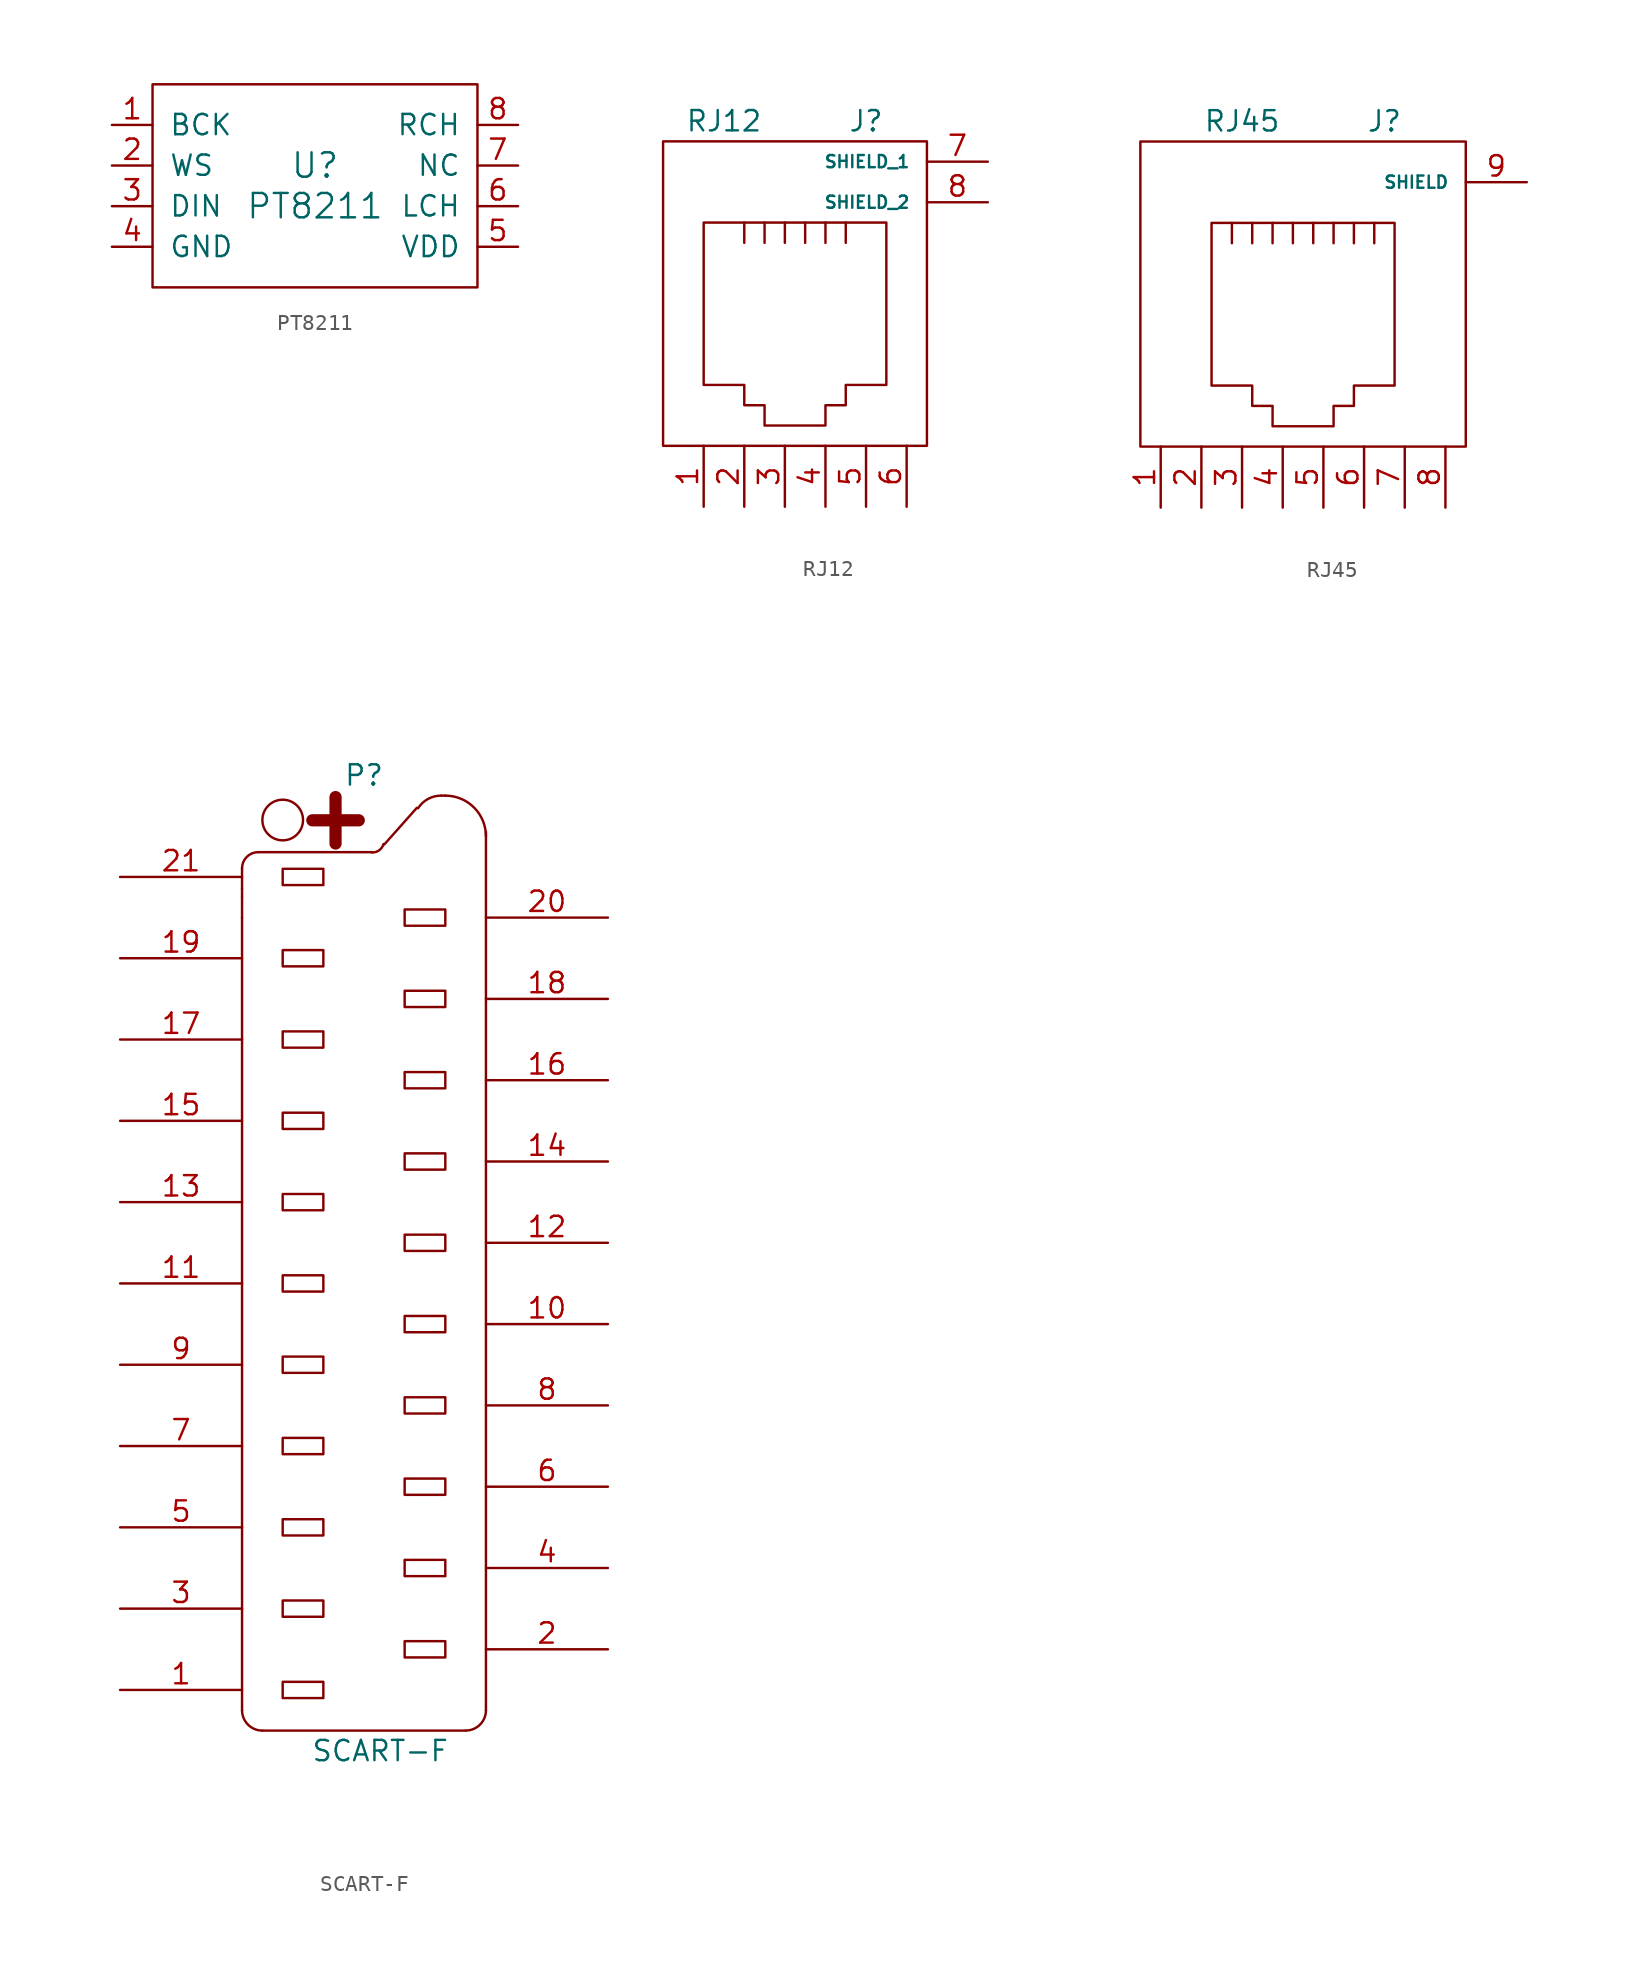
<source format=kicad_sym>
(kicad_symbol_lib
  (version 20231120)
  (generator "kicad_symbol_editor")
  (generator_version "8.0")
  (symbol "PT8211"
    (pin_names
      (offset 1.016))
    (property "Reference" "U"
      (at 0 0 0)
      (effects (font (size 1.524 1.524))))
    (property "Value" "PT8211"
      (at 0 -2.54 0)
      (effects (font (size 1.524 1.524))))
    (symbol "PT8211_0_1"
      (rectangle (start -10.16 5.08) (end 10.16 -7.62) (stroke (width 0) (type solid)) (fill (type none))))
    (symbol "PT8211_1_1"
      (pin input line (at -12.7 2.54 0) (length 2.54) (name "BCK" (effects (font (size 1.27 1.27)))) (number "1" (effects (font (size 1.27 1.27)))))
      (pin input line (at -12.7 0 0) (length 2.54) (name "WS" (effects (font (size 1.27 1.27)))) (number "2" (effects (font (size 1.27 1.27)))))
      (pin input line (at -12.7 -2.54 0) (length 2.54) (name "DIN" (effects (font (size 1.27 1.27)))) (number "3" (effects (font (size 1.27 1.27)))))
      (pin power_in line (at -12.7 -5.08 0) (length 2.54) (name "GND" (effects (font (size 1.27 1.27)))) (number "4" (effects (font (size 1.27 1.27)))))
      (pin power_in line (at 12.7 -5.08 180) (length 2.54) (name "VDD" (effects (font (size 1.27 1.27)))) (number "5" (effects (font (size 1.27 1.27)))))
      (pin output line (at 12.7 -2.54 180) (length 2.54) (name "LCH" (effects (font (size 1.27 1.27)))) (number "6" (effects (font (size 1.27 1.27)))))
      (pin unspecified line (at 12.7 0 180) (length 2.54) (name "NC" (effects (font (size 1.27 1.27)))) (number "7" (effects (font (size 1.27 1.27)))))
      (pin output line (at 12.7 2.54 180) (length 2.54) (name "RCH" (effects (font (size 1.27 1.27)))) (number "8" (effects (font (size 1.27 1.27)))))))
  (symbol "RJ12"
    (pin_names
      (offset 1.016))
    (property "Reference" "J"
      (at 5.08 12.7 0)
      (effects (font (size 1.27 1.27))))
    (property "Value" "RJ12"
      (at -3.81 12.7 0)
      (effects (font (size 1.27 1.27))))
    (property "Footprint" ""
      (at 0 0 0)
      (effects (font (size 1.27 1.27))))
    (property "Datasheet" ""
      (at 0 0 0)
      (effects (font (size 1.27 1.27))))
    (symbol "RJ12_0_1"
      (polyline (pts (xy -2.54 6.35) (xy -2.54 5.08) (xy -2.54 5.08)) (stroke (width 0) (type solid)) (fill (type none)))
      (polyline (pts (xy -1.27 6.35) (xy -1.27 5.08) (xy -1.27 5.08)) (stroke (width 0) (type solid)) (fill (type none)))
      (polyline (pts (xy 0 6.35) (xy 0 5.08) (xy 0 5.08)) (stroke (width 0) (type solid)) (fill (type none)))
      (polyline (pts (xy 1.27 6.35) (xy 1.27 5.08) (xy 1.27 5.08)) (stroke (width 0) (type solid)) (fill (type none)))
      (polyline (pts (xy 2.54 6.35) (xy 2.54 5.08) (xy 2.54 5.08)) (stroke (width 0) (type solid)) (fill (type none)))
      (polyline (pts (xy 3.81 5.08) (xy 3.81 6.35) (xy 3.81 6.35)) (stroke (width 0) (type solid)) (fill (type none)))
      (polyline (pts (xy -5.08 6.35) (xy 6.35 6.35) (xy 6.35 -3.81) (xy 3.81 -3.81) (xy 3.81 -5.08) (xy 2.54 -5.08) (xy 2.54 -6.35) (xy -1.27 -6.35) (xy -1.27 -5.08) (xy -2.54 -5.08) (xy -2.54 -3.81) (xy -5.08 -3.81) (xy -5.08 6.35) (xy -5.08 6.35)) (stroke (width 0) (type solid)) (fill (type none)))
      (rectangle (start 8.89 -7.62) (end -7.62 11.43) (stroke (width 0) (type solid)) (fill (type none))))
    (symbol "RJ12_1_1"
      (pin passive line (at -5.08 -11.43 90) (length 3.81) (name "~" (effects (font (size 1.27 1.27)))) (number "1" (effects (font (size 1.27 1.27)))))
      (pin passive line (at -2.54 -11.43 90) (length 3.81) (name "~" (effects (font (size 1.27 1.27)))) (number "2" (effects (font (size 1.27 1.27)))))
      (pin passive line (at 0 -11.43 90) (length 3.81) (name "~" (effects (font (size 1.27 1.27)))) (number "3" (effects (font (size 1.27 1.27)))))
      (pin passive line (at 2.54 -11.43 90) (length 3.81) (name "~" (effects (font (size 1.27 1.27)))) (number "4" (effects (font (size 1.27 1.27)))))
      (pin passive line (at 5.08 -11.43 90) (length 3.81) (name "~" (effects (font (size 1.27 1.27)))) (number "5" (effects (font (size 1.27 1.27)))))
      (pin passive line (at 7.62 -11.43 90) (length 3.81) (name "~" (effects (font (size 1.27 1.27)))) (number "6" (effects (font (size 1.27 1.27)))))
      (pin passive line (at 12.7 10.16 180) (length 3.81) (name "SHIELD_1" (effects (font (size 0.762 0.762)))) (number "7" (effects (font (size 1.27 1.27)))))
      (pin passive line (at 12.7 7.62 180) (length 3.81) (name "SHIELD_2" (effects (font (size 0.762 0.762)))) (number "8" (effects (font (size 1.27 1.27)))))))
  (symbol "RJ45"
    (pin_names
      (offset 1.016))
    (property "Reference" "J"
      (at 5.08 12.7 0)
      (effects (font (size 1.27 1.27))))
    (property "Value" "RJ45"
      (at -3.81 12.7 0)
      (effects (font (size 1.27 1.27))))
    (property "Footprint" ""
      (at 0 0 0)
      (effects (font (size 1.27 1.27))))
    (property "Datasheet" ""
      (at 0 0 0)
      (effects (font (size 1.27 1.27))))
    (symbol "RJ45_0_1"
      (rectangle (start -10.16 -7.62) (end 10.16 11.43) (stroke (width 0) (type solid)) (fill (type none)))
      (polyline (pts (xy -4.445 5.08) (xy -4.445 6.35) (xy -4.445 6.35)) (stroke (width 0) (type solid)) (fill (type none)))
      (polyline (pts (xy -3.175 6.35) (xy -3.175 5.08) (xy -3.175 5.08)) (stroke (width 0) (type solid)) (fill (type none)))
      (polyline (pts (xy -1.905 6.35) (xy -1.905 5.08) (xy -1.905 5.08)) (stroke (width 0) (type solid)) (fill (type none)))
      (polyline (pts (xy -0.635 6.35) (xy -0.635 5.08) (xy -0.635 5.08)) (stroke (width 0) (type solid)) (fill (type none)))
      (polyline (pts (xy 0.635 6.35) (xy 0.635 5.08) (xy 0.635 5.08)) (stroke (width 0) (type solid)) (fill (type none)))
      (polyline (pts (xy 1.905 6.35) (xy 1.905 5.08) (xy 1.905 5.08)) (stroke (width 0) (type solid)) (fill (type none)))
      (polyline (pts (xy 3.175 5.08) (xy 3.175 6.35) (xy 3.175 6.35)) (stroke (width 0) (type solid)) (fill (type none)))
      (polyline (pts (xy 4.445 5.08) (xy 4.445 6.35) (xy 4.445 6.35)) (stroke (width 0) (type solid)) (fill (type none)))
      (polyline (pts (xy -5.715 6.35) (xy 5.715 6.35) (xy 5.715 -3.81) (xy 3.175 -3.81) (xy 3.175 -5.08) (xy 1.905 -5.08) (xy 1.905 -6.35) (xy -1.905 -6.35) (xy -1.905 -5.08) (xy -3.175 -5.08) (xy -3.175 -3.81) (xy -5.715 -3.81) (xy -5.715 6.35) (xy -5.715 6.35)) (stroke (width 0) (type solid)) (fill (type none))))
    (symbol "RJ45_1_1"
      (pin passive line (at -8.89 -11.43 90) (length 3.81) (name "~" (effects (font (size 1.27 1.27)))) (number "1" (effects (font (size 1.27 1.27)))))
      (pin passive line (at -6.35 -11.43 90) (length 3.81) (name "~" (effects (font (size 1.27 1.27)))) (number "2" (effects (font (size 1.27 1.27)))))
      (pin passive line (at -3.81 -11.43 90) (length 3.81) (name "~" (effects (font (size 1.27 1.27)))) (number "3" (effects (font (size 1.27 1.27)))))
      (pin passive line (at -1.27 -11.43 90) (length 3.81) (name "~" (effects (font (size 1.27 1.27)))) (number "4" (effects (font (size 1.27 1.27)))))
      (pin passive line (at 1.27 -11.43 90) (length 3.81) (name "~" (effects (font (size 1.27 1.27)))) (number "5" (effects (font (size 1.27 1.27)))))
      (pin passive line (at 3.81 -11.43 90) (length 3.81) (name "~" (effects (font (size 1.27 1.27)))) (number "6" (effects (font (size 1.27 1.27)))))
      (pin passive line (at 6.35 -11.43 90) (length 3.81) (name "~" (effects (font (size 0.762 0.762)))) (number "7" (effects (font (size 1.27 1.27)))))
      (pin passive line (at 8.89 -11.43 90) (length 3.81) (name "~" (effects (font (size 0.762 0.762)))) (number "8" (effects (font (size 1.27 1.27)))))
      (pin passive line (at 13.97 8.89 180) (length 3.81) (name "SHIELD" (effects (font (size 0.762 0.762)))) (number "9" (effects (font (size 1.27 1.27)))))))
  (symbol "SCART-F"
    (pin_names
      (offset 0.762) hide)
    (property "Reference" "P"
      (at 0 30.48 0)
      (effects (font (size 1.27 1.27))))
    (property "Value" "SCART-F"
      (at 1.016 -30.48 0)
      (effects (font (size 1.27 1.27))))
    (property "Footprint" ""
      (at 0 0 0)
      (effects (font (size 1.27 1.27))))
    (property "Datasheet" ""
      (at 0 0 0)
      (effects (font (size 1.27 1.27))))
    (symbol "SCART-F_0_1"
      (arc (start -7.62 -27.94) (mid -7.248 -28.838) (end -6.35 -29.21) (stroke (width 0) (type solid)) (fill (type none)))
      (arc (start -6.604 25.6794) (mid -7.3224 25.3818) (end -7.62 24.6634) (stroke (width 0) (type solid)) (fill (type none)))
      (rectangle (start -5.08 -26.162) (end -2.54 -27.178) (stroke (width 0) (type solid)) (fill (type none)))
      (rectangle (start -5.08 -21.082) (end -2.54 -22.098) (stroke (width 0) (type solid)) (fill (type none)))
      (rectangle (start -5.08 -16.002) (end -2.54 -17.018) (stroke (width 0) (type solid)) (fill (type none)))
      (rectangle (start -5.08 -10.922) (end -2.54 -11.938) (stroke (width 0) (type solid)) (fill (type none)))
      (rectangle (start -5.08 -5.842) (end -2.54 -6.858) (stroke (width 0) (type solid)) (fill (type none)))
      (rectangle (start -5.08 -0.762) (end -2.54 -1.778) (stroke (width 0) (type solid)) (fill (type none)))
      (rectangle (start -5.08 4.318) (end -2.54 3.302) (stroke (width 0) (type solid)) (fill (type none)))
      (rectangle (start -5.08 9.398) (end -2.54 8.382) (stroke (width 0) (type solid)) (fill (type none)))
      (rectangle (start -5.08 14.478) (end -2.54 13.462) (stroke (width 0) (type solid)) (fill (type none)))
      (rectangle (start -5.08 19.558) (end -2.54 18.542) (stroke (width 0) (type solid)) (fill (type none)))
      (rectangle (start -5.08 24.638) (end -2.54 23.622) (stroke (width 0) (type solid)) (fill (type none)))
      (circle (center -5.08 27.686) (radius 1.27) (stroke (width 0) (type solid)) (fill (type none)))
      (polyline (pts (xy -7.62 21.59) (xy -7.62 -27.94)) (stroke (width 0) (type solid)) (fill (type none)))
      (polyline (pts (xy -7.62 21.59) (xy -7.62 22.86)) (stroke (width 0) (type solid)) (fill (type none)))
      (polyline (pts (xy -7.62 23.393) (xy -7.62 22.86)) (stroke (width 0) (type solid)) (fill (type none)))
      (polyline (pts (xy -7.62 23.393) (xy -7.62 24.663)) (stroke (width 0) (type solid)) (fill (type none)))
      (polyline (pts (xy -6.604 25.679) (xy 0.508 25.679)) (stroke (width 0) (type solid)) (fill (type none)))
      (polyline (pts (xy -6.35 -29.21) (xy 6.35 -29.21)) (stroke (width 0) (type solid)) (fill (type none)))
      (polyline (pts (xy 3.302 28.448) (xy 1.27 26.162)) (stroke (width 0) (type solid)) (fill (type none)))
      (polyline (pts (xy 4.826 29.21) (xy 5.08 29.21)) (stroke (width 0) (type solid)) (fill (type none)))
      (polyline (pts (xy 7.62 -27.94) (xy 7.62 26.949)) (stroke (width 0) (type solid)) (fill (type none)))
      (arc (start 0.508 25.654) (mid 0.9569 25.8002) (end 1.2192 26.1874) (stroke (width 0) (type solid)) (fill (type none)))
      (rectangle (start 2.54 -23.622) (end 5.08 -24.638) (stroke (width 0) (type solid)) (fill (type none)))
      (rectangle (start 2.54 -18.542) (end 5.08 -19.558) (stroke (width 0) (type solid)) (fill (type none)))
      (rectangle (start 2.54 -13.462) (end 5.08 -14.478) (stroke (width 0) (type solid)) (fill (type none)))
      (rectangle (start 2.54 -8.382) (end 5.08 -9.398) (stroke (width 0) (type solid)) (fill (type none)))
      (rectangle (start 2.54 -3.302) (end 5.08 -4.318) (stroke (width 0) (type solid)) (fill (type none)))
      (rectangle (start 2.54 1.778) (end 5.08 0.762) (stroke (width 0) (type solid)) (fill (type none)))
      (rectangle (start 2.54 6.858) (end 5.08 5.842) (stroke (width 0) (type solid)) (fill (type none)))
      (rectangle (start 2.54 11.938) (end 5.08 10.922) (stroke (width 0) (type solid)) (fill (type none)))
      (rectangle (start 2.54 17.018) (end 5.08 16.002) (stroke (width 0) (type solid)) (fill (type none)))
      (rectangle (start 2.54 22.098) (end 5.08 21.082) (stroke (width 0) (type solid)) (fill (type none)))
      (arc (start 4.826 29.21) (mid 3.999 29.0026) (end 3.3782 28.4226) (stroke (width 0) (type solid)) (fill (type none)))
      (arc (start 6.35 -29.21) (mid 7.248 -28.838) (end 7.62 -27.94) (stroke (width 0) (type solid)) (fill (type none)))
      (arc (start 7.62 26.67) (mid 6.8761 28.4661) (end 5.08 29.21) (stroke (width 0) (type solid)) (fill (type none)))
      (text "+" (at -1.778 27.94 0) (effects (font (size 3.81 3.81) (bold yes)))))
    (symbol "SCART-F_1_1"
      (pin passive line (at -15.24 -26.67 0) (length 7.62) (name "P1" (effects (font (size 1.27 1.27)))) (number "1" (effects (font (size 1.27 1.27)))))
      (pin passive line (at 15.24 -3.81 180) (length 7.62) (name "P10" (effects (font (size 1.27 1.27)))) (number "10" (effects (font (size 1.27 1.27)))))
      (pin passive line (at -15.24 -1.27 0) (length 7.62) (name "P11" (effects (font (size 1.27 1.27)))) (number "11" (effects (font (size 1.27 1.27)))))
      (pin passive line (at 15.24 1.27 180) (length 7.62) (name "P12" (effects (font (size 1.27 1.27)))) (number "12" (effects (font (size 1.27 1.27)))))
      (pin passive line (at -15.24 3.81 0) (length 7.62) (name "P13" (effects (font (size 1.27 1.27)))) (number "13" (effects (font (size 1.27 1.27)))))
      (pin passive line (at 15.24 6.35 180) (length 7.62) (name "P14" (effects (font (size 1.27 1.27)))) (number "14" (effects (font (size 1.27 1.27)))))
      (pin passive line (at -15.24 8.89 0) (length 7.62) (name "P15" (effects (font (size 1.27 1.27)))) (number "15" (effects (font (size 1.27 1.27)))))
      (pin passive line (at 15.24 11.43 180) (length 7.62) (name "P16" (effects (font (size 1.27 1.27)))) (number "16" (effects (font (size 1.27 1.27)))))
      (pin passive line (at -15.24 13.97 0) (length 7.62) (name "P17" (effects (font (size 1.27 1.27)))) (number "17" (effects (font (size 1.27 1.27)))))
      (pin passive line (at 15.24 16.51 180) (length 7.62) (name "P18" (effects (font (size 1.27 1.27)))) (number "18" (effects (font (size 1.27 1.27)))))
      (pin passive line (at -15.24 19.05 0) (length 7.62) (name "P19" (effects (font (size 1.27 1.27)))) (number "19" (effects (font (size 1.27 1.27)))))
      (pin passive line (at 15.24 -24.13 180) (length 7.62) (name "P2" (effects (font (size 1.27 1.27)))) (number "2" (effects (font (size 1.27 1.27)))))
      (pin passive line (at 15.24 21.59 180) (length 7.62) (name "P20" (effects (font (size 1.27 1.27)))) (number "20" (effects (font (size 1.27 1.27)))))
      (pin passive line (at -15.24 24.13 0) (length 7.62) (name "P21" (effects (font (size 1.27 1.27)))) (number "21" (effects (font (size 1.27 1.27)))))
      (pin passive line (at -15.24 -21.59 0) (length 7.62) (name "P3" (effects (font (size 1.27 1.27)))) (number "3" (effects (font (size 1.27 1.27)))))
      (pin passive line (at 15.24 -19.05 180) (length 7.62) (name "P4" (effects (font (size 1.27 1.27)))) (number "4" (effects (font (size 1.27 1.27)))))
      (pin passive line (at -15.24 -16.51 0) (length 7.62) (name "P5" (effects (font (size 1.27 1.27)))) (number "5" (effects (font (size 1.27 1.27)))))
      (pin passive line (at 15.24 -13.97 180) (length 7.62) (name "P6" (effects (font (size 1.27 1.27)))) (number "6" (effects (font (size 1.27 1.27)))))
      (pin passive line (at -15.24 -11.43 0) (length 7.62) (name "P7" (effects (font (size 1.27 1.27)))) (number "7" (effects (font (size 1.27 1.27)))))
      (pin passive line (at 15.24 -8.89 180) (length 7.62) (name "P8" (effects (font (size 1.27 1.27)))) (number "8" (effects (font (size 1.27 1.27)))))
      (pin passive line (at -15.24 -6.35 0) (length 7.62) (name "P9" (effects (font (size 1.27 1.27)))) (number "9" (effects (font (size 1.27 1.27))))))))
</source>
